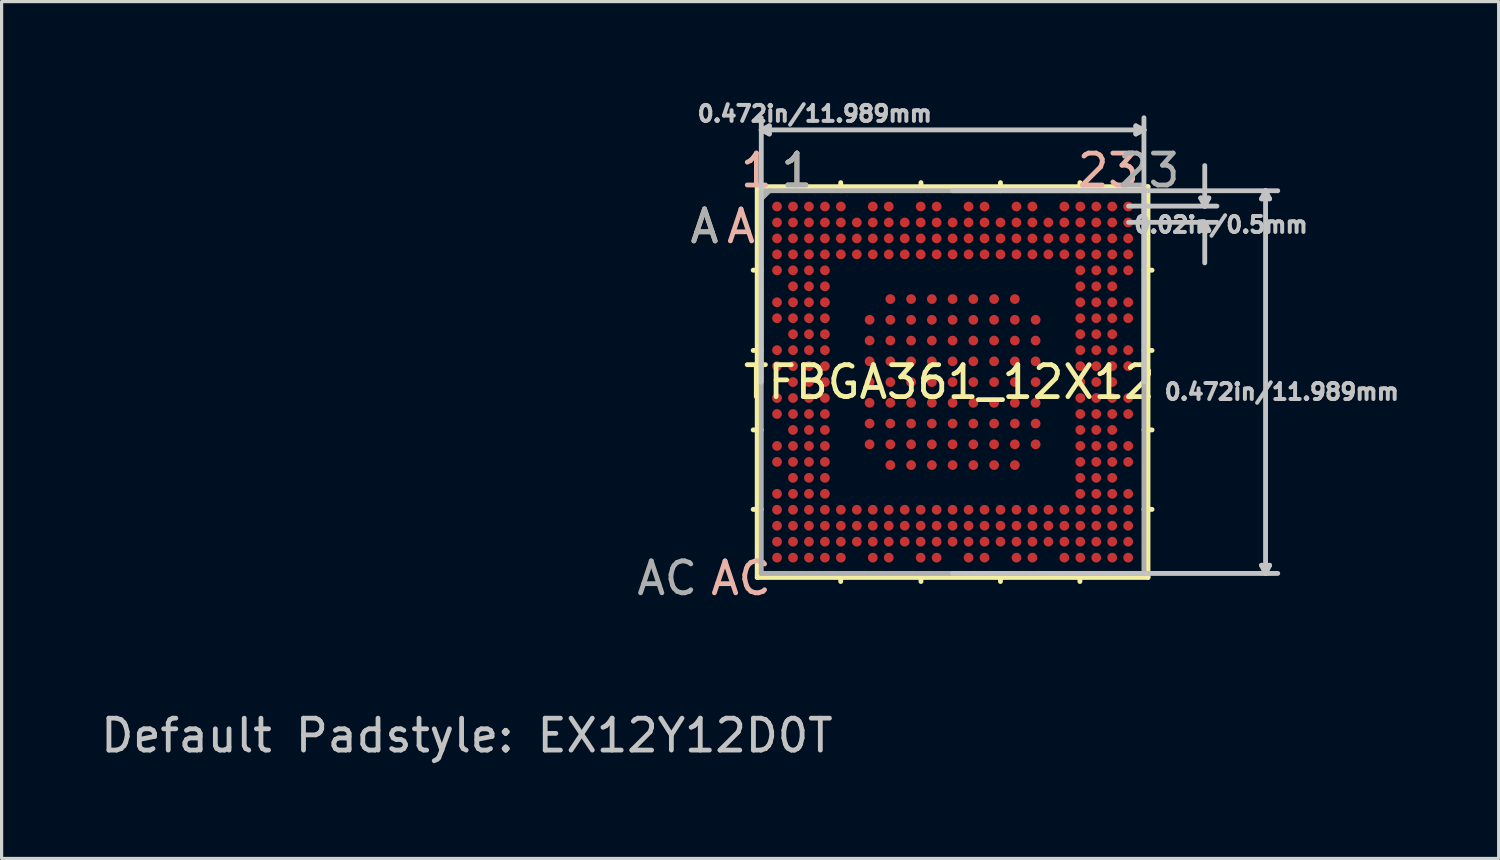
<source format=kicad_pcb>
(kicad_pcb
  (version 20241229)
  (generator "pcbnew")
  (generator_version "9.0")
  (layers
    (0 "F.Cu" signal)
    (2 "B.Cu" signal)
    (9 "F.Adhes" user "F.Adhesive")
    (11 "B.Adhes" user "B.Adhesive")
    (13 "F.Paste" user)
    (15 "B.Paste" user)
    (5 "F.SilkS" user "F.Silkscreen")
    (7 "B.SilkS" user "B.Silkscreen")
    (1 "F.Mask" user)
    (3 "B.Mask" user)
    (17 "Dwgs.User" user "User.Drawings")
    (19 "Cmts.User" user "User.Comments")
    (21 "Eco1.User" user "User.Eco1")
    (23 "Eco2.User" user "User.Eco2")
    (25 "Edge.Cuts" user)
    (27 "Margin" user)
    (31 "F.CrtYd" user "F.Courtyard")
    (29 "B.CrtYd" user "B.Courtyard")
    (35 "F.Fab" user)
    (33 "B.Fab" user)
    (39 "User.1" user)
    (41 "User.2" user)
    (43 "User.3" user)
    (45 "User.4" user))
  (footprint "TFBGA361_12X12"
    (layer "F.Cu")
    (at 26.792 8.919)
    (property "Reference" "TFBGA361_12X12" (at -0.102 0 0) (layer "F.SilkS") (effects (font (size 1 1) (thickness 0.15))))
    (attr smd)
    (fp_line (start -6.121 -6.121) (end -6.121 6.121) (stroke (width 0.152) (type solid)) (layer "F.SilkS"))
    (fp_line (start -6.121 6.121) (end 6.121 6.121) (stroke (width 0.152) (type solid)) (layer "F.SilkS"))
    (fp_line (start -5.994 -3.505) (end -6.248 -3.505) (stroke (width 0.152) (type solid)) (layer "F.SilkS"))
    (fp_line (start -5.994 -0.991) (end -6.248 -0.991) (stroke (width 0.152) (type solid)) (layer "F.SilkS"))
    (fp_line (start -5.994 1.499) (end -6.248 1.499) (stroke (width 0.152) (type solid)) (layer "F.SilkS"))
    (fp_line (start -5.994 3.988) (end -6.248 3.988) (stroke (width 0.152) (type solid)) (layer "F.SilkS"))
    (fp_line (start -3.505 -5.994) (end -3.505 -6.248) (stroke (width 0.152) (type solid)) (layer "F.SilkS"))
    (fp_line (start -3.505 5.994) (end -3.505 6.248) (stroke (width 0.152) (type solid)) (layer "F.SilkS"))
    (fp_line (start -0.991 -5.994) (end -0.991 -6.248) (stroke (width 0.152) (type solid)) (layer "F.SilkS"))
    (fp_line (start -0.991 5.994) (end -0.991 6.248) (stroke (width 0.152) (type solid)) (layer "F.SilkS"))
    (fp_line (start 1.499 -5.994) (end 1.499 -6.248) (stroke (width 0.152) (type solid)) (layer "F.SilkS"))
    (fp_line (start 1.499 5.994) (end 1.499 6.248) (stroke (width 0.152) (type solid)) (layer "F.SilkS"))
    (fp_line (start 3.988 -5.994) (end 3.988 -6.248) (stroke (width 0.152) (type solid)) (layer "F.SilkS"))
    (fp_line (start 3.988 5.994) (end 3.988 6.248) (stroke (width 0.152) (type solid)) (layer "F.SilkS"))
    (fp_line (start 5.994 -3.505) (end 6.248 -3.505) (stroke (width 0.152) (type solid)) (layer "F.SilkS"))
    (fp_line (start 5.994 -0.991) (end 6.248 -0.991) (stroke (width 0.152) (type solid)) (layer "F.SilkS"))
    (fp_line (start 5.994 1.499) (end 6.248 1.499) (stroke (width 0.152) (type solid)) (layer "F.SilkS"))
    (fp_line (start 5.994 3.988) (end 6.248 3.988) (stroke (width 0.152) (type solid)) (layer "F.SilkS"))
    (fp_line (start 6.121 -6.121) (end -6.121 -6.121) (stroke (width 0.152) (type solid)) (layer "F.SilkS"))
    (fp_line (start 6.121 6.121) (end 6.121 -6.121) (stroke (width 0.152) (type solid)) (layer "F.SilkS"))
    (fp_line (start -5.994 -7.899) (end -5.994 -8.28) (stroke (width 0.152) (type solid)) (layer "Dwgs.User"))
    (fp_line (start -5.994 -7.899) (end -5.74 -8.026) (stroke (width 0.152) (type solid)) (layer "Dwgs.User"))
    (fp_line (start -5.994 -7.899) (end -5.74 -7.772) (stroke (width 0.152) (type solid)) (layer "Dwgs.User"))
    (fp_line (start -5.994 -7.899) (end 5.994 -7.899) (stroke (width 0.152) (type solid)) (layer "Dwgs.User"))
    (fp_line (start -5.994 0) (end -5.994 -7.899) (stroke (width 0.152) (type solid)) (layer "Dwgs.User"))
    (fp_line (start -5.74 -8.026) (end -5.74 -7.772) (stroke (width 0.152) (type solid)) (layer "Dwgs.User"))
    (fp_line (start 0 -5.994) (end 9.804 -5.994) (stroke (width 0.152) (type solid)) (layer "Dwgs.User"))
    (fp_line (start 0 5.994) (end 9.804 5.994) (stroke (width 0.152) (type solid)) (layer "Dwgs.User"))
    (fp_line (start 5.512 -5.512) (end 7.899 -5.512) (stroke (width 0.152) (type solid)) (layer "Dwgs.User"))
    (fp_line (start 5.512 -5.004) (end 7.899 -5.004) (stroke (width 0.152) (type solid)) (layer "Dwgs.User"))
    (fp_line (start 5.74 -8.026) (end 5.74 -7.772) (stroke (width 0.152) (type solid)) (layer "Dwgs.User"))
    (fp_line (start 5.994 -7.899) (end 5.74 -8.026) (stroke (width 0.152) (type solid)) (layer "Dwgs.User"))
    (fp_line (start 5.994 -7.899) (end 5.74 -7.772) (stroke (width 0.152) (type solid)) (layer "Dwgs.User"))
    (fp_line (start 5.994 -7.899) (end 5.994 -8.28) (stroke (width 0.152) (type solid)) (layer "Dwgs.User"))
    (fp_line (start 5.994 0) (end 5.994 -7.899) (stroke (width 0.152) (type solid)) (layer "Dwgs.User"))
    (fp_line (start 7.772 -5.766) (end 8.026 -5.766) (stroke (width 0.152) (type solid)) (layer "Dwgs.User"))
    (fp_line (start 7.772 -4.75) (end 8.026 -4.75) (stroke (width 0.152) (type solid)) (layer "Dwgs.User"))
    (fp_line (start 7.899 -5.512) (end 7.772 -5.766) (stroke (width 0.152) (type solid)) (layer "Dwgs.User"))
    (fp_line (start 7.899 -5.512) (end 7.899 -6.782) (stroke (width 0.152) (type solid)) (layer "Dwgs.User"))
    (fp_line (start 7.899 -5.512) (end 8.026 -5.766) (stroke (width 0.152) (type solid)) (layer "Dwgs.User"))
    (fp_line (start 7.899 -5.512) (end 8.28 -5.512) (stroke (width 0.152) (type solid)) (layer "Dwgs.User"))
    (fp_line (start 7.899 -5.004) (end 7.772 -4.75) (stroke (width 0.152) (type solid)) (layer "Dwgs.User"))
    (fp_line (start 7.899 -5.004) (end 7.899 -3.734) (stroke (width 0.152) (type solid)) (layer "Dwgs.User"))
    (fp_line (start 7.899 -5.004) (end 8.026 -4.75) (stroke (width 0.152) (type solid)) (layer "Dwgs.User"))
    (fp_line (start 7.899 -5.004) (end 8.28 -5.004) (stroke (width 0.152) (type solid)) (layer "Dwgs.User"))
    (fp_line (start 9.677 -5.74) (end 9.931 -5.74) (stroke (width 0.152) (type solid)) (layer "Dwgs.User"))
    (fp_line (start 9.677 5.74) (end 9.931 5.74) (stroke (width 0.152) (type solid)) (layer "Dwgs.User"))
    (fp_line (start 9.804 -5.994) (end 9.677 -5.74) (stroke (width 0.152) (type solid)) (layer "Dwgs.User"))
    (fp_line (start 9.804 -5.994) (end 9.804 5.994) (stroke (width 0.152) (type solid)) (layer "Dwgs.User"))
    (fp_line (start 9.804 -5.994) (end 9.931 -5.74) (stroke (width 0.152) (type solid)) (layer "Dwgs.User"))
    (fp_line (start 9.804 -5.994) (end 10.185 -5.994) (stroke (width 0.152) (type solid)) (layer "Dwgs.User"))
    (fp_line (start 9.804 5.994) (end 9.677 5.74) (stroke (width 0.152) (type solid)) (layer "Dwgs.User"))
    (fp_line (start 9.804 5.994) (end 9.931 5.74) (stroke (width 0.152) (type solid)) (layer "Dwgs.User"))
    (fp_line (start 9.804 5.994) (end 10.185 5.994) (stroke (width 0.152) (type solid)) (layer "Dwgs.User"))
    (fp_line (start -5.994 -5.994) (end -5.994 5.994) (stroke (width 0.152) (type solid)) (layer "F.Fab"))
    (fp_line (start -5.994 5.994) (end 5.994 5.994) (stroke (width 0.152) (type solid)) (layer "F.Fab"))
    (fp_line (start -5.74 -5.994) (end -5.994 -5.74) (stroke (width 0.152) (type solid)) (layer "F.Fab"))
    (fp_line (start 5.994 -5.994) (end -5.994 -5.994) (stroke (width 0.152) (type solid)) (layer "F.Fab"))
    (fp_line (start 5.994 5.994) (end 5.994 -5.994) (stroke (width 0.152) (type solid)) (layer "F.Fab"))
    (fp_text user "1" (at -4.877 -6.629 0) (layer "F.SilkS") (effects (font (size 1 1) (thickness 0.15))))
    (fp_text user "A" (at -7.772 -4.877 0) (layer "F.SilkS") (effects (font (size 1 1) (thickness 0.15))))
    (fp_text user "A" (at -6.629 -4.877 0) (layer "B.SilkS") (effects (font (size 1 1) (thickness 0.15))))
    (fp_text user "1" (at -6.147 -6.629 0) (layer "B.SilkS") (effects (font (size 1 1) (thickness 0.15))))
    (fp_text user "AC" (at -6.629 6.147 0) (layer "B.SilkS") (effects (font (size 1 1) (thickness 0.15))))
    (fp_text user "23" (at 4.877 -6.629 0) (layer "B.SilkS") (effects (font (size 1 1) (thickness 0.15))))
    (fp_text user "Default Padstyle: EX12Y12D0T" (at -15.215 11.074 0) (layer "Dwgs.User") (effects (font (size 1 1) (thickness 0.15))))
    (fp_text user "0.472in/11.989mm" (at 10.312 0.305 0) (layer "Dwgs.User") (effects (font (size 0.5 0.5) (thickness 0.15))))
    (fp_text user "0.02in/0.5mm" (at 8.407 -4.928 0) (layer "Dwgs.User") (effects (font (size 0.5 0.5) (thickness 0.15))))
    (fp_text user "0.472in/11.989mm" (at -4.318 -8.407 0) (layer "Dwgs.User") (effects (font (size 0.5 0.5) (thickness 0.15))))
    (fp_text user "A" (at -7.772 -4.877 0) (layer "F.Fab") (effects (font (size 1 1) (thickness 0.15))))
    (fp_text user "AC" (at -8.941 6.147 0) (layer "F.Fab") (effects (font (size 1 1) (thickness 0.15))))
    (fp_text user "1" (at -4.877 -6.629 0) (layer "F.Fab") (effects (font (size 1 1) (thickness 0.15))))
    (fp_text user "23" (at 6.147 -6.629 0) (layer "F.Fab") (effects (font (size 1 1) (thickness 0.15))))
    (pad "1A2" smd circle (at -1.95 -2.6) (size 0.305 0.305) (layers "F.Cu" "F.Mask" "F.Paste"))
    (pad "1A3" smd circle (at -1.3 -2.6) (size 0.305 0.305) (layers "F.Cu" "F.Mask" "F.Paste"))
    (pad "1A4" smd circle (at -0.65 -2.6) (size 0.305 0.305) (layers "F.Cu" "F.Mask" "F.Paste"))
    (pad "1A5" smd circle (at 0 -2.6) (size 0.305 0.305) (layers "F.Cu" "F.Mask" "F.Paste"))
    (pad "1A6" smd circle (at 0.65 -2.6) (size 0.305 0.305) (layers "F.Cu" "F.Mask" "F.Paste"))
    (pad "1A7" smd circle (at 1.3 -2.6) (size 0.305 0.305) (layers "F.Cu" "F.Mask" "F.Paste"))
    (pad "1A8" smd circle (at 1.95 -2.6) (size 0.305 0.305) (layers "F.Cu" "F.Mask" "F.Paste"))
    (pad "1B1" smd circle (at -2.6 -1.95) (size 0.305 0.305) (layers "F.Cu" "F.Mask" "F.Paste"))
    (pad "1B2" smd circle (at -1.95 -1.95) (size 0.305 0.305) (layers "F.Cu" "F.Mask" "F.Paste"))
    (pad "1B3" smd circle (at -1.3 -1.95) (size 0.305 0.305) (layers "F.Cu" "F.Mask" "F.Paste"))
    (pad "1B4" smd circle (at -0.65 -1.95) (size 0.305 0.305) (layers "F.Cu" "F.Mask" "F.Paste"))
    (pad "1B5" smd circle (at 0 -1.95) (size 0.305 0.305) (layers "F.Cu" "F.Mask" "F.Paste"))
    (pad "1B6" smd circle (at 0.65 -1.95) (size 0.305 0.305) (layers "F.Cu" "F.Mask" "F.Paste"))
    (pad "1B7" smd circle (at 1.3 -1.95) (size 0.305 0.305) (layers "F.Cu" "F.Mask" "F.Paste"))
    (pad "1B8" smd circle (at 1.95 -1.95) (size 0.305 0.305) (layers "F.Cu" "F.Mask" "F.Paste"))
    (pad "1B9" smd circle (at 2.6 -1.95) (size 0.305 0.305) (layers "F.Cu" "F.Mask" "F.Paste"))
    (pad "1C1" smd circle (at -2.6 -1.3) (size 0.305 0.305) (layers "F.Cu" "F.Mask" "F.Paste"))
    (pad "1C2" smd circle (at -1.95 -1.3) (size 0.305 0.305) (layers "F.Cu" "F.Mask" "F.Paste"))
    (pad "1C3" smd circle (at -1.3 -1.3) (size 0.305 0.305) (layers "F.Cu" "F.Mask" "F.Paste"))
    (pad "1C4" smd circle (at -0.65 -1.3) (size 0.305 0.305) (layers "F.Cu" "F.Mask" "F.Paste"))
    (pad "1C5" smd circle (at 0 -1.3) (size 0.305 0.305) (layers "F.Cu" "F.Mask" "F.Paste"))
    (pad "1C6" smd circle (at 0.65 -1.3) (size 0.305 0.305) (layers "F.Cu" "F.Mask" "F.Paste"))
    (pad "1C7" smd circle (at 1.3 -1.3) (size 0.305 0.305) (layers "F.Cu" "F.Mask" "F.Paste"))
    (pad "1C8" smd circle (at 1.95 -1.3) (size 0.305 0.305) (layers "F.Cu" "F.Mask" "F.Paste"))
    (pad "1C9" smd circle (at 2.6 -1.3) (size 0.305 0.305) (layers "F.Cu" "F.Mask" "F.Paste"))
    (pad "1D1" smd circle (at -2.6 -0.65) (size 0.305 0.305) (layers "F.Cu" "F.Mask" "F.Paste"))
    (pad "1D2" smd circle (at -1.95 -0.65) (size 0.305 0.305) (layers "F.Cu" "F.Mask" "F.Paste"))
    (pad "1D3" smd circle (at -1.3 -0.65) (size 0.305 0.305) (layers "F.Cu" "F.Mask" "F.Paste"))
    (pad "1D4" smd circle (at -0.65 -0.65) (size 0.305 0.305) (layers "F.Cu" "F.Mask" "F.Paste"))
    (pad "1D5" smd circle (at 0 -0.65) (size 0.305 0.305) (layers "F.Cu" "F.Mask" "F.Paste"))
    (pad "1D6" smd circle (at 0.65 -0.65) (size 0.305 0.305) (layers "F.Cu" "F.Mask" "F.Paste"))
    (pad "1D7" smd circle (at 1.3 -0.65) (size 0.305 0.305) (layers "F.Cu" "F.Mask" "F.Paste"))
    (pad "1D8" smd circle (at 1.95 -0.65) (size 0.305 0.305) (layers "F.Cu" "F.Mask" "F.Paste"))
    (pad "1D9" smd circle (at 2.6 -0.65) (size 0.305 0.305) (layers "F.Cu" "F.Mask" "F.Paste"))
    (pad "1E1" smd circle (at -2.6 0) (size 0.305 0.305) (layers "F.Cu" "F.Mask" "F.Paste"))
    (pad "1E2" smd circle (at -1.95 0) (size 0.305 0.305) (layers "F.Cu" "F.Mask" "F.Paste"))
    (pad "1E3" smd circle (at -1.3 0) (size 0.305 0.305) (layers "F.Cu" "F.Mask" "F.Paste"))
    (pad "1E4" smd circle (at -0.65 0) (size 0.305 0.305) (layers "F.Cu" "F.Mask" "F.Paste"))
    (pad "1E5" smd circle (at 0 0) (size 0.305 0.305) (layers "F.Cu" "F.Mask" "F.Paste"))
    (pad "1E6" smd circle (at 0.65 0) (size 0.305 0.305) (layers "F.Cu" "F.Mask" "F.Paste"))
    (pad "1E7" smd circle (at 1.3 0) (size 0.305 0.305) (layers "F.Cu" "F.Mask" "F.Paste"))
    (pad "1E8" smd circle (at 1.95 0) (size 0.305 0.305) (layers "F.Cu" "F.Mask" "F.Paste"))
    (pad "1E9" smd circle (at 2.6 0) (size 0.305 0.305) (layers "F.Cu" "F.Mask" "F.Paste"))
    (pad "1F1" smd circle (at -2.6 0.65) (size 0.305 0.305) (layers "F.Cu" "F.Mask" "F.Paste"))
    (pad "1F2" smd circle (at -1.95 0.65) (size 0.305 0.305) (layers "F.Cu" "F.Mask" "F.Paste"))
    (pad "1F3" smd circle (at -1.3 0.65) (size 0.305 0.305) (layers "F.Cu" "F.Mask" "F.Paste"))
    (pad "1F4" smd circle (at -0.65 0.65) (size 0.305 0.305) (layers "F.Cu" "F.Mask" "F.Paste"))
    (pad "1F5" smd circle (at 0 0.65) (size 0.305 0.305) (layers "F.Cu" "F.Mask" "F.Paste"))
    (pad "1F6" smd circle (at 0.65 0.65) (size 0.305 0.305) (layers "F.Cu" "F.Mask" "F.Paste"))
    (pad "1F7" smd circle (at 1.3 0.65) (size 0.305 0.305) (layers "F.Cu" "F.Mask" "F.Paste"))
    (pad "1F8" smd circle (at 1.95 0.65) (size 0.305 0.305) (layers "F.Cu" "F.Mask" "F.Paste"))
    (pad "1F9" smd circle (at 2.6 0.65) (size 0.305 0.305) (layers "F.Cu" "F.Mask" "F.Paste"))
    (pad "1G1" smd circle (at -2.6 1.3) (size 0.305 0.305) (layers "F.Cu" "F.Mask" "F.Paste"))
    (pad "1G2" smd circle (at -1.95 1.3) (size 0.305 0.305) (layers "F.Cu" "F.Mask" "F.Paste"))
    (pad "1G3" smd circle (at -1.3 1.3) (size 0.305 0.305) (layers "F.Cu" "F.Mask" "F.Paste"))
    (pad "1G4" smd circle (at -0.65 1.3) (size 0.305 0.305) (layers "F.Cu" "F.Mask" "F.Paste"))
    (pad "1G5" smd circle (at 0 1.3) (size 0.305 0.305) (layers "F.Cu" "F.Mask" "F.Paste"))
    (pad "1G6" smd circle (at 0.65 1.3) (size 0.305 0.305) (layers "F.Cu" "F.Mask" "F.Paste"))
    (pad "1G7" smd circle (at 1.3 1.3) (size 0.305 0.305) (layers "F.Cu" "F.Mask" "F.Paste"))
    (pad "1G8" smd circle (at 1.95 1.3) (size 0.305 0.305) (layers "F.Cu" "F.Mask" "F.Paste"))
    (pad "1G9" smd circle (at 2.6 1.3) (size 0.305 0.305) (layers "F.Cu" "F.Mask" "F.Paste"))
    (pad "1H1" smd circle (at -2.6 1.95) (size 0.305 0.305) (layers "F.Cu" "F.Mask" "F.Paste"))
    (pad "1H2" smd circle (at -1.95 1.95) (size 0.305 0.305) (layers "F.Cu" "F.Mask" "F.Paste"))
    (pad "1H3" smd circle (at -1.3 1.95) (size 0.305 0.305) (layers "F.Cu" "F.Mask" "F.Paste"))
    (pad "1H4" smd circle (at -0.65 1.95) (size 0.305 0.305) (layers "F.Cu" "F.Mask" "F.Paste"))
    (pad "1H5" smd circle (at 0 1.95) (size 0.305 0.305) (layers "F.Cu" "F.Mask" "F.Paste"))
    (pad "1H6" smd circle (at 0.65 1.95) (size 0.305 0.305) (layers "F.Cu" "F.Mask" "F.Paste"))
    (pad "1H7" smd circle (at 1.3 1.95) (size 0.305 0.305) (layers "F.Cu" "F.Mask" "F.Paste"))
    (pad "1H8" smd circle (at 1.95 1.95) (size 0.305 0.305) (layers "F.Cu" "F.Mask" "F.Paste"))
    (pad "1H9" smd circle (at 2.6 1.95) (size 0.305 0.305) (layers "F.Cu" "F.Mask" "F.Paste"))
    (pad "1J2" smd circle (at -1.95 2.6) (size 0.305 0.305) (layers "F.Cu" "F.Mask" "F.Paste"))
    (pad "1J3" smd circle (at -1.3 2.6) (size 0.305 0.305) (layers "F.Cu" "F.Mask" "F.Paste"))
    (pad "1J4" smd circle (at -0.65 2.6) (size 0.305 0.305) (layers "F.Cu" "F.Mask" "F.Paste"))
    (pad "1J5" smd circle (at 0 2.6) (size 0.305 0.305) (layers "F.Cu" "F.Mask" "F.Paste"))
    (pad "1J6" smd circle (at 0.65 2.6) (size 0.305 0.305) (layers "F.Cu" "F.Mask" "F.Paste"))
    (pad "1J7" smd circle (at 1.3 2.6) (size 0.305 0.305) (layers "F.Cu" "F.Mask" "F.Paste"))
    (pad "1J8" smd circle (at 1.95 2.6) (size 0.305 0.305) (layers "F.Cu" "F.Mask" "F.Paste"))
    (pad "A1" smd circle (at -5.5 -5.5) (size 0.305 0.305) (layers "F.Cu" "F.Mask" "F.Paste"))
    (pad "A2" smd circle (at -5 -5.5) (size 0.305 0.305) (layers "F.Cu" "F.Mask" "F.Paste"))
    (pad "A3" smd circle (at -4.5 -5.5) (size 0.305 0.305) (layers "F.Cu" "F.Mask" "F.Paste"))
    (pad "A4" smd circle (at -4 -5.5) (size 0.305 0.305) (layers "F.Cu" "F.Mask" "F.Paste"))
    (pad "A5" smd circle (at -3.5 -5.5) (size 0.305 0.305) (layers "F.Cu" "F.Mask" "F.Paste"))
    (pad "A7" smd circle (at -2.5 -5.5) (size 0.305 0.305) (layers "F.Cu" "F.Mask" "F.Paste"))
    (pad "A8" smd circle (at -2 -5.5) (size 0.305 0.305) (layers "F.Cu" "F.Mask" "F.Paste"))
    (pad "A10" smd circle (at -1 -5.5) (size 0.305 0.305) (layers "F.Cu" "F.Mask" "F.Paste"))
    (pad "A11" smd circle (at -0.5 -5.5) (size 0.305 0.305) (layers "F.Cu" "F.Mask" "F.Paste"))
    (pad "A13" smd circle (at 0.5 -5.5) (size 0.305 0.305) (layers "F.Cu" "F.Mask" "F.Paste"))
    (pad "A14" smd circle (at 1 -5.5) (size 0.305 0.305) (layers "F.Cu" "F.Mask" "F.Paste"))
    (pad "A16" smd circle (at 2 -5.5) (size 0.305 0.305) (layers "F.Cu" "F.Mask" "F.Paste"))
    (pad "A17" smd circle (at 2.5 -5.5) (size 0.305 0.305) (layers "F.Cu" "F.Mask" "F.Paste"))
    (pad "A19" smd circle (at 3.5 -5.5) (size 0.305 0.305) (layers "F.Cu" "F.Mask" "F.Paste"))
    (pad "A20" smd circle (at 4 -5.5) (size 0.305 0.305) (layers "F.Cu" "F.Mask" "F.Paste"))
    (pad "A21" smd circle (at 4.5 -5.5) (size 0.305 0.305) (layers "F.Cu" "F.Mask" "F.Paste"))
    (pad "A22" smd circle (at 5 -5.5) (size 0.305 0.305) (layers "F.Cu" "F.Mask" "F.Paste"))
    (pad "A23" smd circle (at 5.5 -5.5) (size 0.305 0.305) (layers "F.Cu" "F.Mask" "F.Paste"))
    (pad "AA1" smd circle (at -5.5 4.5) (size 0.305 0.305) (layers "F.Cu" "F.Mask" "F.Paste"))
    (pad "AA2" smd circle (at -5 4.5) (size 0.305 0.305) (layers "F.Cu" "F.Mask" "F.Paste"))
    (pad "AA3" smd circle (at -4.5 4.5) (size 0.305 0.305) (layers "F.Cu" "F.Mask" "F.Paste"))
    (pad "AA4" smd circle (at -4 4.5) (size 0.305 0.305) (layers "F.Cu" "F.Mask" "F.Paste"))
    (pad "AA5" smd circle (at -3.5 4.5) (size 0.305 0.305) (layers "F.Cu" "F.Mask" "F.Paste"))
    (pad "AA6" smd circle (at -3 4.5) (size 0.305 0.305) (layers "F.Cu" "F.Mask" "F.Paste"))
    (pad "AA7" smd circle (at -2.5 4.5) (size 0.305 0.305) (layers "F.Cu" "F.Mask" "F.Paste"))
    (pad "AA8" smd circle (at -2 4.5) (size 0.305 0.305) (layers "F.Cu" "F.Mask" "F.Paste"))
    (pad "AA9" smd circle (at -1.5 4.5) (size 0.305 0.305) (layers "F.Cu" "F.Mask" "F.Paste"))
    (pad "AA10" smd circle (at -1 4.5) (size 0.305 0.305) (layers "F.Cu" "F.Mask" "F.Paste"))
    (pad "AA11" smd circle (at -0.5 4.5) (size 0.305 0.305) (layers "F.Cu" "F.Mask" "F.Paste"))
    (pad "AA12" smd circle (at 0 4.5) (size 0.305 0.305) (layers "F.Cu" "F.Mask" "F.Paste"))
    (pad "AA13" smd circle (at 0.5 4.5) (size 0.305 0.305) (layers "F.Cu" "F.Mask" "F.Paste"))
    (pad "AA14" smd circle (at 1 4.5) (size 0.305 0.305) (layers "F.Cu" "F.Mask" "F.Paste"))
    (pad "AA15" smd circle (at 1.5 4.5) (size 0.305 0.305) (layers "F.Cu" "F.Mask" "F.Paste"))
    (pad "AA16" smd circle (at 2 4.5) (size 0.305 0.305) (layers "F.Cu" "F.Mask" "F.Paste"))
    (pad "AA17" smd circle (at 2.5 4.5) (size 0.305 0.305) (layers "F.Cu" "F.Mask" "F.Paste"))
    (pad "AA18" smd circle (at 3 4.5) (size 0.305 0.305) (layers "F.Cu" "F.Mask" "F.Paste"))
    (pad "AA19" smd circle (at 3.5 4.5) (size 0.305 0.305) (layers "F.Cu" "F.Mask" "F.Paste"))
    (pad "AA20" smd circle (at 4 4.5) (size 0.305 0.305) (layers "F.Cu" "F.Mask" "F.Paste"))
    (pad "AA21" smd circle (at 4.5 4.5) (size 0.305 0.305) (layers "F.Cu" "F.Mask" "F.Paste"))
    (pad "AA22" smd circle (at 5 4.5) (size 0.305 0.305) (layers "F.Cu" "F.Mask" "F.Paste"))
    (pad "AA23" smd circle (at 5.5 4.5) (size 0.305 0.305) (layers "F.Cu" "F.Mask" "F.Paste"))
    (pad "AB1" smd circle (at -5.5 5) (size 0.305 0.305) (layers "F.Cu" "F.Mask" "F.Paste"))
    (pad "AB2" smd circle (at -5 5) (size 0.305 0.305) (layers "F.Cu" "F.Mask" "F.Paste"))
    (pad "AB3" smd circle (at -4.5 5) (size 0.305 0.305) (layers "F.Cu" "F.Mask" "F.Paste"))
    (pad "AB4" smd circle (at -4 5) (size 0.305 0.305) (layers "F.Cu" "F.Mask" "F.Paste"))
    (pad "AB5" smd circle (at -3.5 5) (size 0.305 0.305) (layers "F.Cu" "F.Mask" "F.Paste"))
    (pad "AB6" smd circle (at -3 5) (size 0.305 0.305) (layers "F.Cu" "F.Mask" "F.Paste"))
    (pad "AB7" smd circle (at -2.5 5) (size 0.305 0.305) (layers "F.Cu" "F.Mask" "F.Paste"))
    (pad "AB8" smd circle (at -2 5) (size 0.305 0.305) (layers "F.Cu" "F.Mask" "F.Paste"))
    (pad "AB9" smd circle (at -1.5 5) (size 0.305 0.305) (layers "F.Cu" "F.Mask" "F.Paste"))
    (pad "AB10" smd circle (at -1 5) (size 0.305 0.305) (layers "F.Cu" "F.Mask" "F.Paste"))
    (pad "AB11" smd circle (at -0.5 5) (size 0.305 0.305) (layers "F.Cu" "F.Mask" "F.Paste"))
    (pad "AB12" smd circle (at 0 5) (size 0.305 0.305) (layers "F.Cu" "F.Mask" "F.Paste"))
    (pad "AB13" smd circle (at 0.5 5) (size 0.305 0.305) (layers "F.Cu" "F.Mask" "F.Paste"))
    (pad "AB14" smd circle (at 1 5) (size 0.305 0.305) (layers "F.Cu" "F.Mask" "F.Paste"))
    (pad "AB15" smd circle (at 1.5 5) (size 0.305 0.305) (layers "F.Cu" "F.Mask" "F.Paste"))
    (pad "AB16" smd circle (at 2 5) (size 0.305 0.305) (layers "F.Cu" "F.Mask" "F.Paste"))
    (pad "AB17" smd circle (at 2.5 5) (size 0.305 0.305) (layers "F.Cu" "F.Mask" "F.Paste"))
    (pad "AB18" smd circle (at 3 5) (size 0.305 0.305) (layers "F.Cu" "F.Mask" "F.Paste"))
    (pad "AB19" smd circle (at 3.5 5) (size 0.305 0.305) (layers "F.Cu" "F.Mask" "F.Paste"))
    (pad "AB20" smd circle (at 4 5) (size 0.305 0.305) (layers "F.Cu" "F.Mask" "F.Paste"))
    (pad "AB21" smd circle (at 4.5 5) (size 0.305 0.305) (layers "F.Cu" "F.Mask" "F.Paste"))
    (pad "AB22" smd circle (at 5 5) (size 0.305 0.305) (layers "F.Cu" "F.Mask" "F.Paste"))
    (pad "AB23" smd circle (at 5.5 5) (size 0.305 0.305) (layers "F.Cu" "F.Mask" "F.Paste"))
    (pad "AC1" smd circle (at -5.5 5.5) (size 0.305 0.305) (layers "F.Cu" "F.Mask" "F.Paste"))
    (pad "AC2" smd circle (at -5 5.5) (size 0.305 0.305) (layers "F.Cu" "F.Mask" "F.Paste"))
    (pad "AC3" smd circle (at -4.5 5.5) (size 0.305 0.305) (layers "F.Cu" "F.Mask" "F.Paste"))
    (pad "AC4" smd circle (at -4 5.5) (size 0.305 0.305) (layers "F.Cu" "F.Mask" "F.Paste"))
    (pad "AC5" smd circle (at -3.5 5.5) (size 0.305 0.305) (layers "F.Cu" "F.Mask" "F.Paste"))
    (pad "AC7" smd circle (at -2.5 5.5) (size 0.305 0.305) (layers "F.Cu" "F.Mask" "F.Paste"))
    (pad "AC8" smd circle (at -2 5.5) (size 0.305 0.305) (layers "F.Cu" "F.Mask" "F.Paste"))
    (pad "AC10" smd circle (at -1 5.5) (size 0.305 0.305) (layers "F.Cu" "F.Mask" "F.Paste"))
    (pad "AC11" smd circle (at -0.5 5.5) (size 0.305 0.305) (layers "F.Cu" "F.Mask" "F.Paste"))
    (pad "AC13" smd circle (at 0.5 5.5) (size 0.305 0.305) (layers "F.Cu" "F.Mask" "F.Paste"))
    (pad "AC14" smd circle (at 1 5.5) (size 0.305 0.305) (layers "F.Cu" "F.Mask" "F.Paste"))
    (pad "AC16" smd circle (at 2 5.5) (size 0.305 0.305) (layers "F.Cu" "F.Mask" "F.Paste"))
    (pad "AC17" smd circle (at 2.5 5.5) (size 0.305 0.305) (layers "F.Cu" "F.Mask" "F.Paste"))
    (pad "AC19" smd circle (at 3.5 5.5) (size 0.305 0.305) (layers "F.Cu" "F.Mask" "F.Paste"))
    (pad "AC20" smd circle (at 4 5.5) (size 0.305 0.305) (layers "F.Cu" "F.Mask" "F.Paste"))
    (pad "AC21" smd circle (at 4.5 5.5) (size 0.305 0.305) (layers "F.Cu" "F.Mask" "F.Paste"))
    (pad "AC22" smd circle (at 5 5.5) (size 0.305 0.305) (layers "F.Cu" "F.Mask" "F.Paste"))
    (pad "AC23" smd circle (at 5.5 5.5) (size 0.305 0.305) (layers "F.Cu" "F.Mask" "F.Paste"))
    (pad "B1" smd circle (at -5.5 -5) (size 0.305 0.305) (layers "F.Cu" "F.Mask" "F.Paste"))
    (pad "B2" smd circle (at -5 -5) (size 0.305 0.305) (layers "F.Cu" "F.Mask" "F.Paste"))
    (pad "B3" smd circle (at -4.5 -5) (size 0.305 0.305) (layers "F.Cu" "F.Mask" "F.Paste"))
    (pad "B4" smd circle (at -4 -5) (size 0.305 0.305) (layers "F.Cu" "F.Mask" "F.Paste"))
    (pad "B5" smd circle (at -3.5 -5) (size 0.305 0.305) (layers "F.Cu" "F.Mask" "F.Paste"))
    (pad "B6" smd circle (at -3 -5) (size 0.305 0.305) (layers "F.Cu" "F.Mask" "F.Paste"))
    (pad "B7" smd circle (at -2.5 -5) (size 0.305 0.305) (layers "F.Cu" "F.Mask" "F.Paste"))
    (pad "B8" smd circle (at -2 -5) (size 0.305 0.305) (layers "F.Cu" "F.Mask" "F.Paste"))
    (pad "B9" smd circle (at -1.5 -5) (size 0.305 0.305) (layers "F.Cu" "F.Mask" "F.Paste"))
    (pad "B10" smd circle (at -1 -5) (size 0.305 0.305) (layers "F.Cu" "F.Mask" "F.Paste"))
    (pad "B11" smd circle (at -0.5 -5) (size 0.305 0.305) (layers "F.Cu" "F.Mask" "F.Paste"))
    (pad "B12" smd circle (at 0 -5) (size 0.305 0.305) (layers "F.Cu" "F.Mask" "F.Paste"))
    (pad "B13" smd circle (at 0.5 -5) (size 0.305 0.305) (layers "F.Cu" "F.Mask" "F.Paste"))
    (pad "B14" smd circle (at 1 -5) (size 0.305 0.305) (layers "F.Cu" "F.Mask" "F.Paste"))
    (pad "B15" smd circle (at 1.5 -5) (size 0.305 0.305) (layers "F.Cu" "F.Mask" "F.Paste"))
    (pad "B16" smd circle (at 2 -5) (size 0.305 0.305) (layers "F.Cu" "F.Mask" "F.Paste"))
    (pad "B17" smd circle (at 2.5 -5) (size 0.305 0.305) (layers "F.Cu" "F.Mask" "F.Paste"))
    (pad "B18" smd circle (at 3 -5) (size 0.305 0.305) (layers "F.Cu" "F.Mask" "F.Paste"))
    (pad "B19" smd circle (at 3.5 -5) (size 0.305 0.305) (layers "F.Cu" "F.Mask" "F.Paste"))
    (pad "B20" smd circle (at 4 -5) (size 0.305 0.305) (layers "F.Cu" "F.Mask" "F.Paste"))
    (pad "B21" smd circle (at 4.5 -5) (size 0.305 0.305) (layers "F.Cu" "F.Mask" "F.Paste"))
    (pad "B22" smd circle (at 5 -5) (size 0.305 0.305) (layers "F.Cu" "F.Mask" "F.Paste"))
    (pad "B23" smd circle (at 5.5 -5) (size 0.305 0.305) (layers "F.Cu" "F.Mask" "F.Paste"))
    (pad "C1" smd circle (at -5.5 -4.5) (size 0.305 0.305) (layers "F.Cu" "F.Mask" "F.Paste"))
    (pad "C2" smd circle (at -5 -4.5) (size 0.305 0.305) (layers "F.Cu" "F.Mask" "F.Paste"))
    (pad "C3" smd circle (at -4.5 -4.5) (size 0.305 0.305) (layers "F.Cu" "F.Mask" "F.Paste"))
    (pad "C4" smd circle (at -4 -4.5) (size 0.305 0.305) (layers "F.Cu" "F.Mask" "F.Paste"))
    (pad "C5" smd circle (at -3.5 -4.5) (size 0.305 0.305) (layers "F.Cu" "F.Mask" "F.Paste"))
    (pad "C6" smd circle (at -3 -4.5) (size 0.305 0.305) (layers "F.Cu" "F.Mask" "F.Paste"))
    (pad "C7" smd circle (at -2.5 -4.5) (size 0.305 0.305) (layers "F.Cu" "F.Mask" "F.Paste"))
    (pad "C8" smd circle (at -2 -4.5) (size 0.305 0.305) (layers "F.Cu" "F.Mask" "F.Paste"))
    (pad "C9" smd circle (at -1.5 -4.5) (size 0.305 0.305) (layers "F.Cu" "F.Mask" "F.Paste"))
    (pad "C10" smd circle (at -1 -4.5) (size 0.305 0.305) (layers "F.Cu" "F.Mask" "F.Paste"))
    (pad "C11" smd circle (at -0.5 -4.5) (size 0.305 0.305) (layers "F.Cu" "F.Mask" "F.Paste"))
    (pad "C12" smd circle (at 0 -4.5) (size 0.305 0.305) (layers "F.Cu" "F.Mask" "F.Paste"))
    (pad "C13" smd circle (at 0.5 -4.5) (size 0.305 0.305) (layers "F.Cu" "F.Mask" "F.Paste"))
    (pad "C14" smd circle (at 1 -4.5) (size 0.305 0.305) (layers "F.Cu" "F.Mask" "F.Paste"))
    (pad "C15" smd circle (at 1.5 -4.5) (size 0.305 0.305) (layers "F.Cu" "F.Mask" "F.Paste"))
    (pad "C16" smd circle (at 2 -4.5) (size 0.305 0.305) (layers "F.Cu" "F.Mask" "F.Paste"))
    (pad "C17" smd circle (at 2.5 -4.5) (size 0.305 0.305) (layers "F.Cu" "F.Mask" "F.Paste"))
    (pad "C18" smd circle (at 3 -4.5) (size 0.305 0.305) (layers "F.Cu" "F.Mask" "F.Paste"))
    (pad "C19" smd circle (at 3.5 -4.5) (size 0.305 0.305) (layers "F.Cu" "F.Mask" "F.Paste"))
    (pad "C20" smd circle (at 4 -4.5) (size 0.305 0.305) (layers "F.Cu" "F.Mask" "F.Paste"))
    (pad "C21" smd circle (at 4.5 -4.5) (size 0.305 0.305) (layers "F.Cu" "F.Mask" "F.Paste"))
    (pad "C22" smd circle (at 5 -4.5) (size 0.305 0.305) (layers "F.Cu" "F.Mask" "F.Paste"))
    (pad "C23" smd circle (at 5.5 -4.5) (size 0.305 0.305) (layers "F.Cu" "F.Mask" "F.Paste"))
    (pad "D1" smd circle (at -5.5 -4) (size 0.305 0.305) (layers "F.Cu" "F.Mask" "F.Paste"))
    (pad "D2" smd circle (at -5 -4) (size 0.305 0.305) (layers "F.Cu" "F.Mask" "F.Paste"))
    (pad "D3" smd circle (at -4.5 -4) (size 0.305 0.305) (layers "F.Cu" "F.Mask" "F.Paste"))
    (pad "D4" smd circle (at -4 -4) (size 0.305 0.305) (layers "F.Cu" "F.Mask" "F.Paste"))
    (pad "D5" smd circle (at -3.5 -4) (size 0.305 0.305) (layers "F.Cu" "F.Mask" "F.Paste"))
    (pad "D6" smd circle (at -3 -4) (size 0.305 0.305) (layers "F.Cu" "F.Mask" "F.Paste"))
    (pad "D7" smd circle (at -2.5 -4) (size 0.305 0.305) (layers "F.Cu" "F.Mask" "F.Paste"))
    (pad "D8" smd circle (at -2 -4) (size 0.305 0.305) (layers "F.Cu" "F.Mask" "F.Paste"))
    (pad "D9" smd circle (at -1.5 -4) (size 0.305 0.305) (layers "F.Cu" "F.Mask" "F.Paste"))
    (pad "D10" smd circle (at -1 -4) (size 0.305 0.305) (layers "F.Cu" "F.Mask" "F.Paste"))
    (pad "D11" smd circle (at -0.5 -4) (size 0.305 0.305) (layers "F.Cu" "F.Mask" "F.Paste"))
    (pad "D12" smd circle (at 0 -4) (size 0.305 0.305) (layers "F.Cu" "F.Mask" "F.Paste"))
    (pad "D13" smd circle (at 0.5 -4) (size 0.305 0.305) (layers "F.Cu" "F.Mask" "F.Paste"))
    (pad "D14" smd circle (at 1 -4) (size 0.305 0.305) (layers "F.Cu" "F.Mask" "F.Paste"))
    (pad "D15" smd circle (at 1.5 -4) (size 0.305 0.305) (layers "F.Cu" "F.Mask" "F.Paste"))
    (pad "D16" smd circle (at 2 -4) (size 0.305 0.305) (layers "F.Cu" "F.Mask" "F.Paste"))
    (pad "D17" smd circle (at 2.5 -4) (size 0.305 0.305) (layers "F.Cu" "F.Mask" "F.Paste"))
    (pad "D18" smd circle (at 3 -4) (size 0.305 0.305) (layers "F.Cu" "F.Mask" "F.Paste"))
    (pad "D19" smd circle (at 3.5 -4) (size 0.305 0.305) (layers "F.Cu" "F.Mask" "F.Paste"))
    (pad "D20" smd circle (at 4 -4) (size 0.305 0.305) (layers "F.Cu" "F.Mask" "F.Paste"))
    (pad "D21" smd circle (at 4.5 -4) (size 0.305 0.305) (layers "F.Cu" "F.Mask" "F.Paste"))
    (pad "D22" smd circle (at 5 -4) (size 0.305 0.305) (layers "F.Cu" "F.Mask" "F.Paste"))
    (pad "D23" smd circle (at 5.5 -4) (size 0.305 0.305) (layers "F.Cu" "F.Mask" "F.Paste"))
    (pad "E1" smd circle (at -5.5 -3.5) (size 0.305 0.305) (layers "F.Cu" "F.Mask" "F.Paste"))
    (pad "E2" smd circle (at -5 -3.5) (size 0.305 0.305) (layers "F.Cu" "F.Mask" "F.Paste"))
    (pad "E3" smd circle (at -4.5 -3.5) (size 0.305 0.305) (layers "F.Cu" "F.Mask" "F.Paste"))
    (pad "E4" smd circle (at -4 -3.5) (size 0.305 0.305) (layers "F.Cu" "F.Mask" "F.Paste"))
    (pad "E20" smd circle (at 4 -3.5) (size 0.305 0.305) (layers "F.Cu" "F.Mask" "F.Paste"))
    (pad "E21" smd circle (at 4.5 -3.5) (size 0.305 0.305) (layers "F.Cu" "F.Mask" "F.Paste"))
    (pad "E22" smd circle (at 5 -3.5) (size 0.305 0.305) (layers "F.Cu" "F.Mask" "F.Paste"))
    (pad "E23" smd circle (at 5.5 -3.5) (size 0.305 0.305) (layers "F.Cu" "F.Mask" "F.Paste"))
    (pad "F2" smd circle (at -5 -3) (size 0.305 0.305) (layers "F.Cu" "F.Mask" "F.Paste"))
    (pad "F3" smd circle (at -4.5 -3) (size 0.305 0.305) (layers "F.Cu" "F.Mask" "F.Paste"))
    (pad "F4" smd circle (at -4 -3) (size 0.305 0.305) (layers "F.Cu" "F.Mask" "F.Paste"))
    (pad "F20" smd circle (at 4 -3) (size 0.305 0.305) (layers "F.Cu" "F.Mask" "F.Paste"))
    (pad "F21" smd circle (at 4.5 -3) (size 0.305 0.305) (layers "F.Cu" "F.Mask" "F.Paste"))
    (pad "F22" smd circle (at 5 -3) (size 0.305 0.305) (layers "F.Cu" "F.Mask" "F.Paste"))
    (pad "G1" smd circle (at -5.5 -2.5) (size 0.305 0.305) (layers "F.Cu" "F.Mask" "F.Paste"))
    (pad "G2" smd circle (at -5 -2.5) (size 0.305 0.305) (layers "F.Cu" "F.Mask" "F.Paste"))
    (pad "G3" smd circle (at -4.5 -2.5) (size 0.305 0.305) (layers "F.Cu" "F.Mask" "F.Paste"))
    (pad "G4" smd circle (at -4 -2.5) (size 0.305 0.305) (layers "F.Cu" "F.Mask" "F.Paste"))
    (pad "G20" smd circle (at 4 -2.5) (size 0.305 0.305) (layers "F.Cu" "F.Mask" "F.Paste"))
    (pad "G21" smd circle (at 4.5 -2.5) (size 0.305 0.305) (layers "F.Cu" "F.Mask" "F.Paste"))
    (pad "G22" smd circle (at 5 -2.5) (size 0.305 0.305) (layers "F.Cu" "F.Mask" "F.Paste"))
    (pad "G23" smd circle (at 5.5 -2.5) (size 0.305 0.305) (layers "F.Cu" "F.Mask" "F.Paste"))
    (pad "H1" smd circle (at -5.5 -2) (size 0.305 0.305) (layers "F.Cu" "F.Mask" "F.Paste"))
    (pad "H2" smd circle (at -5 -2) (size 0.305 0.305) (layers "F.Cu" "F.Mask" "F.Paste"))
    (pad "H3" smd circle (at -4.5 -2) (size 0.305 0.305) (layers "F.Cu" "F.Mask" "F.Paste"))
    (pad "H4" smd circle (at -4 -2) (size 0.305 0.305) (layers "F.Cu" "F.Mask" "F.Paste"))
    (pad "H20" smd circle (at 4 -2) (size 0.305 0.305) (layers "F.Cu" "F.Mask" "F.Paste"))
    (pad "H21" smd circle (at 4.5 -2) (size 0.305 0.305) (layers "F.Cu" "F.Mask" "F.Paste"))
    (pad "H22" smd circle (at 5 -2) (size 0.305 0.305) (layers "F.Cu" "F.Mask" "F.Paste"))
    (pad "H23" smd circle (at 5.5 -2) (size 0.305 0.305) (layers "F.Cu" "F.Mask" "F.Paste"))
    (pad "J2" smd circle (at -5 -1.5) (size 0.305 0.305) (layers "F.Cu" "F.Mask" "F.Paste"))
    (pad "J3" smd circle (at -4.5 -1.5) (size 0.305 0.305) (layers "F.Cu" "F.Mask" "F.Paste"))
    (pad "J4" smd circle (at -4 -1.5) (size 0.305 0.305) (layers "F.Cu" "F.Mask" "F.Paste"))
    (pad "J20" smd circle (at 4 -1.5) (size 0.305 0.305) (layers "F.Cu" "F.Mask" "F.Paste"))
    (pad "J21" smd circle (at 4.5 -1.5) (size 0.305 0.305) (layers "F.Cu" "F.Mask" "F.Paste"))
    (pad "J22" smd circle (at 5 -1.5) (size 0.305 0.305) (layers "F.Cu" "F.Mask" "F.Paste"))
    (pad "K1" smd circle (at -5.5 -1) (size 0.305 0.305) (layers "F.Cu" "F.Mask" "F.Paste"))
    (pad "K2" smd circle (at -5 -1) (size 0.305 0.305) (layers "F.Cu" "F.Mask" "F.Paste"))
    (pad "K3" smd circle (at -4.5 -1) (size 0.305 0.305) (layers "F.Cu" "F.Mask" "F.Paste"))
    (pad "K4" smd circle (at -4 -1) (size 0.305 0.305) (layers "F.Cu" "F.Mask" "F.Paste"))
    (pad "K20" smd circle (at 4 -1) (size 0.305 0.305) (layers "F.Cu" "F.Mask" "F.Paste"))
    (pad "K21" smd circle (at 4.5 -1) (size 0.305 0.305) (layers "F.Cu" "F.Mask" "F.Paste"))
    (pad "K22" smd circle (at 5 -1) (size 0.305 0.305) (layers "F.Cu" "F.Mask" "F.Paste"))
    (pad "K23" smd circle (at 5.5 -1) (size 0.305 0.305) (layers "F.Cu" "F.Mask" "F.Paste"))
    (pad "L1" smd circle (at -5.5 -0.5) (size 0.305 0.305) (layers "F.Cu" "F.Mask" "F.Paste"))
    (pad "L2" smd circle (at -5 -0.5) (size 0.305 0.305) (layers "F.Cu" "F.Mask" "F.Paste"))
    (pad "L3" smd circle (at -4.5 -0.5) (size 0.305 0.305) (layers "F.Cu" "F.Mask" "F.Paste"))
    (pad "L4" smd circle (at -4 -0.5) (size 0.305 0.305) (layers "F.Cu" "F.Mask" "F.Paste"))
    (pad "L20" smd circle (at 4 -0.5) (size 0.305 0.305) (layers "F.Cu" "F.Mask" "F.Paste"))
    (pad "L21" smd circle (at 4.5 -0.5) (size 0.305 0.305) (layers "F.Cu" "F.Mask" "F.Paste"))
    (pad "L22" smd circle (at 5 -0.5) (size 0.305 0.305) (layers "F.Cu" "F.Mask" "F.Paste"))
    (pad "L23" smd circle (at 5.5 -0.5) (size 0.305 0.305) (layers "F.Cu" "F.Mask" "F.Paste"))
    (pad "M2" smd circle (at -5 0) (size 0.305 0.305) (layers "F.Cu" "F.Mask" "F.Paste"))
    (pad "M3" smd circle (at -4.5 0) (size 0.305 0.305) (layers "F.Cu" "F.Mask" "F.Paste"))
    (pad "M4" smd circle (at -4 0) (size 0.305 0.305) (layers "F.Cu" "F.Mask" "F.Paste"))
    (pad "M20" smd circle (at 4 0) (size 0.305 0.305) (layers "F.Cu" "F.Mask" "F.Paste"))
    (pad "M21" smd circle (at 4.5 0) (size 0.305 0.305) (layers "F.Cu" "F.Mask" "F.Paste"))
    (pad "M22" smd circle (at 5 0) (size 0.305 0.305) (layers "F.Cu" "F.Mask" "F.Paste"))
    (pad "N1" smd circle (at -5.5 0.5) (size 0.305 0.305) (layers "F.Cu" "F.Mask" "F.Paste"))
    (pad "N2" smd circle (at -5 0.5) (size 0.305 0.305) (layers "F.Cu" "F.Mask" "F.Paste"))
    (pad "N3" smd circle (at -4.5 0.5) (size 0.305 0.305) (layers "F.Cu" "F.Mask" "F.Paste"))
    (pad "N4" smd circle (at -4 0.5) (size 0.305 0.305) (layers "F.Cu" "F.Mask" "F.Paste"))
    (pad "N20" smd circle (at 4 0.5) (size 0.305 0.305) (layers "F.Cu" "F.Mask" "F.Paste"))
    (pad "N21" smd circle (at 4.5 0.5) (size 0.305 0.305) (layers "F.Cu" "F.Mask" "F.Paste"))
    (pad "N22" smd circle (at 5 0.5) (size 0.305 0.305) (layers "F.Cu" "F.Mask" "F.Paste"))
    (pad "N23" smd circle (at 5.5 0.5) (size 0.305 0.305) (layers "F.Cu" "F.Mask" "F.Paste"))
    (pad "P1" smd circle (at -5.5 1) (size 0.305 0.305) (layers "F.Cu" "F.Mask" "F.Paste"))
    (pad "P2" smd circle (at -5 1) (size 0.305 0.305) (layers "F.Cu" "F.Mask" "F.Paste"))
    (pad "P3" smd circle (at -4.5 1) (size 0.305 0.305) (layers "F.Cu" "F.Mask" "F.Paste"))
    (pad "P4" smd circle (at -4 1) (size 0.305 0.305) (layers "F.Cu" "F.Mask" "F.Paste"))
    (pad "P20" smd circle (at 4 1) (size 0.305 0.305) (layers "F.Cu" "F.Mask" "F.Paste"))
    (pad "P21" smd circle (at 4.5 1) (size 0.305 0.305) (layers "F.Cu" "F.Mask" "F.Paste"))
    (pad "P22" smd circle (at 5 1) (size 0.305 0.305) (layers "F.Cu" "F.Mask" "F.Paste"))
    (pad "P23" smd circle (at 5.5 1) (size 0.305 0.305) (layers "F.Cu" "F.Mask" "F.Paste"))
    (pad "R2" smd circle (at -5 1.5) (size 0.305 0.305) (layers "F.Cu" "F.Mask" "F.Paste"))
    (pad "R3" smd circle (at -4.5 1.5) (size 0.305 0.305) (layers "F.Cu" "F.Mask" "F.Paste"))
    (pad "R4" smd circle (at -4 1.5) (size 0.305 0.305) (layers "F.Cu" "F.Mask" "F.Paste"))
    (pad "R20" smd circle (at 4 1.5) (size 0.305 0.305) (layers "F.Cu" "F.Mask" "F.Paste"))
    (pad "R21" smd circle (at 4.5 1.5) (size 0.305 0.305) (layers "F.Cu" "F.Mask" "F.Paste"))
    (pad "R22" smd circle (at 5 1.5) (size 0.305 0.305) (layers "F.Cu" "F.Mask" "F.Paste"))
    (pad "T1" smd circle (at -5.5 2) (size 0.305 0.305) (layers "F.Cu" "F.Mask" "F.Paste"))
    (pad "T2" smd circle (at -5 2) (size 0.305 0.305) (layers "F.Cu" "F.Mask" "F.Paste"))
    (pad "T3" smd circle (at -4.5 2) (size 0.305 0.305) (layers "F.Cu" "F.Mask" "F.Paste"))
    (pad "T4" smd circle (at -4 2) (size 0.305 0.305) (layers "F.Cu" "F.Mask" "F.Paste"))
    (pad "T20" smd circle (at 4 2) (size 0.305 0.305) (layers "F.Cu" "F.Mask" "F.Paste"))
    (pad "T21" smd circle (at 4.5 2) (size 0.305 0.305) (layers "F.Cu" "F.Mask" "F.Paste"))
    (pad "T22" smd circle (at 5 2) (size 0.305 0.305) (layers "F.Cu" "F.Mask" "F.Paste"))
    (pad "T23" smd circle (at 5.5 2) (size 0.305 0.305) (layers "F.Cu" "F.Mask" "F.Paste"))
    (pad "U1" smd circle (at -5.5 2.5) (size 0.305 0.305) (layers "F.Cu" "F.Mask" "F.Paste"))
    (pad "U2" smd circle (at -5 2.5) (size 0.305 0.305) (layers "F.Cu" "F.Mask" "F.Paste"))
    (pad "U3" smd circle (at -4.5 2.5) (size 0.305 0.305) (layers "F.Cu" "F.Mask" "F.Paste"))
    (pad "U4" smd circle (at -4 2.5) (size 0.305 0.305) (layers "F.Cu" "F.Mask" "F.Paste"))
    (pad "U20" smd circle (at 4 2.5) (size 0.305 0.305) (layers "F.Cu" "F.Mask" "F.Paste"))
    (pad "U21" smd circle (at 4.5 2.5) (size 0.305 0.305) (layers "F.Cu" "F.Mask" "F.Paste"))
    (pad "U22" smd circle (at 5 2.5) (size 0.305 0.305) (layers "F.Cu" "F.Mask" "F.Paste"))
    (pad "U23" smd circle (at 5.5 2.5) (size 0.305 0.305) (layers "F.Cu" "F.Mask" "F.Paste"))
    (pad "V2" smd circle (at -5 3) (size 0.305 0.305) (layers "F.Cu" "F.Mask" "F.Paste"))
    (pad "V3" smd circle (at -4.5 3) (size 0.305 0.305) (layers "F.Cu" "F.Mask" "F.Paste"))
    (pad "V4" smd circle (at -4 3) (size 0.305 0.305) (layers "F.Cu" "F.Mask" "F.Paste"))
    (pad "V20" smd circle (at 4 3) (size 0.305 0.305) (layers "F.Cu" "F.Mask" "F.Paste"))
    (pad "V21" smd circle (at 4.5 3) (size 0.305 0.305) (layers "F.Cu" "F.Mask" "F.Paste"))
    (pad "V22" smd circle (at 5 3) (size 0.305 0.305) (layers "F.Cu" "F.Mask" "F.Paste"))
    (pad "W1" smd circle (at -5.5 3.5) (size 0.305 0.305) (layers "F.Cu" "F.Mask" "F.Paste"))
    (pad "W2" smd circle (at -5 3.5) (size 0.305 0.305) (layers "F.Cu" "F.Mask" "F.Paste"))
    (pad "W3" smd circle (at -4.5 3.5) (size 0.305 0.305) (layers "F.Cu" "F.Mask" "F.Paste"))
    (pad "W4" smd circle (at -4 3.5) (size 0.305 0.305) (layers "F.Cu" "F.Mask" "F.Paste"))
    (pad "W20" smd circle (at 4 3.5) (size 0.305 0.305) (layers "F.Cu" "F.Mask" "F.Paste"))
    (pad "W21" smd circle (at 4.5 3.5) (size 0.305 0.305) (layers "F.Cu" "F.Mask" "F.Paste"))
    (pad "W22" smd circle (at 5 3.5) (size 0.305 0.305) (layers "F.Cu" "F.Mask" "F.Paste"))
    (pad "W23" smd circle (at 5.5 3.5) (size 0.305 0.305) (layers "F.Cu" "F.Mask" "F.Paste"))
    (pad "Y1" smd circle (at -5.5 4) (size 0.305 0.305) (layers "F.Cu" "F.Mask" "F.Paste"))
    (pad "Y2" smd circle (at -5 4) (size 0.305 0.305) (layers "F.Cu" "F.Mask" "F.Paste"))
    (pad "Y3" smd circle (at -4.5 4) (size 0.305 0.305) (layers "F.Cu" "F.Mask" "F.Paste"))
    (pad "Y4" smd circle (at -4 4) (size 0.305 0.305) (layers "F.Cu" "F.Mask" "F.Paste"))
    (pad "Y5" smd circle (at -3.5 4) (size 0.305 0.305) (layers "F.Cu" "F.Mask" "F.Paste"))
    (pad "Y6" smd circle (at -3 4) (size 0.305 0.305) (layers "F.Cu" "F.Mask" "F.Paste"))
    (pad "Y7" smd circle (at -2.5 4) (size 0.305 0.305) (layers "F.Cu" "F.Mask" "F.Paste"))
    (pad "Y8" smd circle (at -2 4) (size 0.305 0.305) (layers "F.Cu" "F.Mask" "F.Paste"))
    (pad "Y9" smd circle (at -1.5 4) (size 0.305 0.305) (layers "F.Cu" "F.Mask" "F.Paste"))
    (pad "Y10" smd circle (at -1 4) (size 0.305 0.305) (layers "F.Cu" "F.Mask" "F.Paste"))
    (pad "Y11" smd circle (at -0.5 4) (size 0.305 0.305) (layers "F.Cu" "F.Mask" "F.Paste"))
    (pad "Y12" smd circle (at 0 4) (size 0.305 0.305) (layers "F.Cu" "F.Mask" "F.Paste"))
    (pad "Y13" smd circle (at 0.5 4) (size 0.305 0.305) (layers "F.Cu" "F.Mask" "F.Paste"))
    (pad "Y14" smd circle (at 1 4) (size 0.305 0.305) (layers "F.Cu" "F.Mask" "F.Paste"))
    (pad "Y15" smd circle (at 1.5 4) (size 0.305 0.305) (layers "F.Cu" "F.Mask" "F.Paste"))
    (pad "Y16" smd circle (at 2 4) (size 0.305 0.305) (layers "F.Cu" "F.Mask" "F.Paste"))
    (pad "Y17" smd circle (at 2.5 4) (size 0.305 0.305) (layers "F.Cu" "F.Mask" "F.Paste"))
    (pad "Y18" smd circle (at 3 4) (size 0.305 0.305) (layers "F.Cu" "F.Mask" "F.Paste"))
    (pad "Y19" smd circle (at 3.5 4) (size 0.305 0.305) (layers "F.Cu" "F.Mask" "F.Paste"))
    (pad "Y20" smd circle (at 4 4) (size 0.305 0.305) (layers "F.Cu" "F.Mask" "F.Paste"))
    (pad "Y21" smd circle (at 4.5 4) (size 0.305 0.305) (layers "F.Cu" "F.Mask" "F.Paste"))
    (pad "Y22" smd circle (at 5 4) (size 0.305 0.305) (layers "F.Cu" "F.Mask" "F.Paste"))
    (pad "Y23" smd circle (at 5.5 4) (size 0.305 0.305) (layers "F.Cu" "F.Mask" "F.Paste")))
  (gr_rect
    (start -3 -3)
    (end 43.897 23.842)
    (stroke (width 0.1) (type default))
    (fill no)
    (layer "Edge.Cuts")))
</source>
